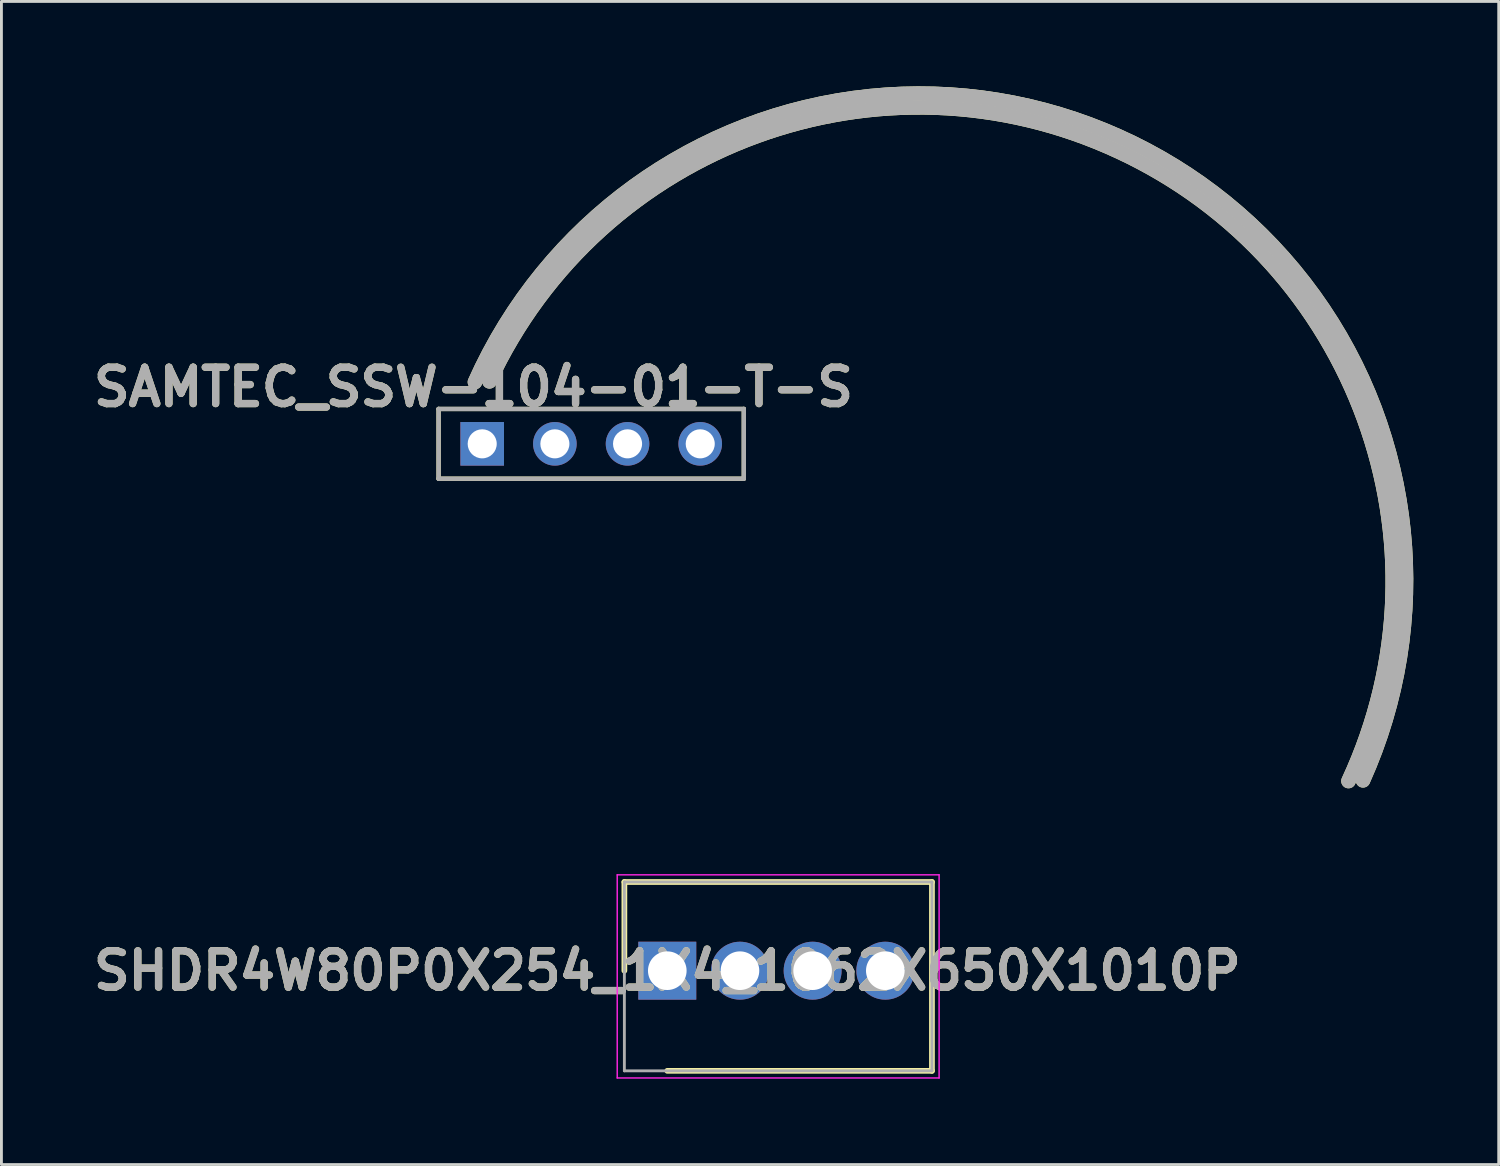
<source format=kicad_pcb>
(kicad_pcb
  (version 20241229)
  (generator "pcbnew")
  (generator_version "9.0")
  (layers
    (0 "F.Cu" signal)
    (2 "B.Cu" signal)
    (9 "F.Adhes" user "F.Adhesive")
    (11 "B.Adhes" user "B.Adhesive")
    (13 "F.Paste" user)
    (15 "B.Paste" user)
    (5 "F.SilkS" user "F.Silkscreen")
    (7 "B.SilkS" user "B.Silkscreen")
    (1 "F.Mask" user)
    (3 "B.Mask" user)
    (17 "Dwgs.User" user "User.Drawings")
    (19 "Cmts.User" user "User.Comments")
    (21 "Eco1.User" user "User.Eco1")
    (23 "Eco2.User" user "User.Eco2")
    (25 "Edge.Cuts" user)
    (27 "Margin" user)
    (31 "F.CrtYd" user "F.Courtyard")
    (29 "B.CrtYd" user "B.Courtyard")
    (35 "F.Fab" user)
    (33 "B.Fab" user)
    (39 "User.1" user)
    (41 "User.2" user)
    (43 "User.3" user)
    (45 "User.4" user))
  (footprint "SHDR4W80P0X254_1X4_1062X650X1010P"
    (layer "F.Cu")
    (at 20.272 30.876)
    (property "Reference" "SHDR4W80P0X254_1X4_1062X650X1010P" (at 0 0 0) (layer "F.SilkS") (effects (font (size 1.27 1.27) (thickness 0.254))))
    (attr through_hole)
    (fp_line (start -1.5 -3.1) (end -1.5 0) (stroke (width 0.2) (type solid)) (layer "F.SilkS"))
    (fp_line (start 0 3.5) (end 9.25 3.5) (stroke (width 0.2) (type solid)) (layer "F.SilkS"))
    (fp_line (start 9.25 -3.1) (end -1.5 -3.1) (stroke (width 0.2) (type solid)) (layer "F.SilkS"))
    (fp_line (start 9.25 3.5) (end 9.25 -3.1) (stroke (width 0.2) (type solid)) (layer "F.SilkS"))
    (fp_line (start -1.75 -3.35) (end 9.5 -3.35) (stroke (width 0.05) (type solid)) (layer "F.CrtYd"))
    (fp_line (start -1.75 3.75) (end -1.75 -3.35) (stroke (width 0.05) (type solid)) (layer "F.CrtYd"))
    (fp_line (start 9.5 -3.35) (end 9.5 3.75) (stroke (width 0.05) (type solid)) (layer "F.CrtYd"))
    (fp_line (start 9.5 3.75) (end -1.75 3.75) (stroke (width 0.05) (type solid)) (layer "F.CrtYd"))
    (fp_line (start -1.5 -3.1) (end 9.25 -3.1) (stroke (width 0.1) (type solid)) (layer "F.Fab"))
    (fp_line (start -1.5 3.5) (end -1.5 -3.1) (stroke (width 0.1) (type solid)) (layer "F.Fab"))
    (fp_line (start 9.25 -3.1) (end 9.25 3.5) (stroke (width 0.1) (type solid)) (layer "F.Fab"))
    (fp_line (start 9.25 3.5) (end -1.5 3.5) (stroke (width 0.1) (type solid)) (layer "F.Fab"))
    (fp_text user "${REFERENCE}" (at 0 0 0) (layer "F.Fab") (effects (font (size 1.27 1.27) (thickness 0.254))))
    (pad "1" thru_hole rect (at 0 0) (size 2.025 2.025) (drill 1.35) (layers "*.Cu" "*.Mask"))
    (pad "2" thru_hole circle (at 2.54 0) (size 2.025 2.025) (drill 1.35) (layers "*.Cu" "*.Mask"))
    (pad "3" thru_hole circle (at 5.08 0) (size 2.025 2.025) (drill 1.35) (layers "*.Cu" "*.Mask"))
    (pad "4" thru_hole circle (at 7.62 0) (size 2.025 2.025) (drill 1.35) (layers "*.Cu" "*.Mask")))
  (footprint "SAMTEC_SSW-104-01-T-S"
    (layer "F.Cu")
    (at 21.423 12.462)
    (property "Reference" "SAMTEC_SSW-104-01-T-S" (at -7.925 -1.981 0) (layer "F.SilkS") (effects (font (size 1.27 1.27) (thickness 0.254))))
    (attr through_hole)
    (fp_line (start -9.144 -1.219) (end -9.144 1.219) (stroke (width 0.152) (type solid)) (layer "F.SilkS"))
    (fp_line (start -9.144 1.219) (end 1.524 1.219) (stroke (width 0.152) (type solid)) (layer "F.SilkS"))
    (fp_line (start 1.524 -1.219) (end -9.144 -1.219) (stroke (width 0.152) (type solid)) (layer "F.SilkS"))
    (fp_line (start 1.524 1.219) (end 1.524 -1.219) (stroke (width 0.152) (type solid)) (layer "F.SilkS"))
    (fp_arc (start -7.874 -2.159) (mid 14.605 -10.7188) (end 23.1648 11.7602) (stroke (width 0.508) (type solid)) (layer "F.SilkS"))
    (fp_arc (start -7.366 -2.1844) (mid 14.6304 -10.2108) (end 22.6568 11.7856) (stroke (width 0.508) (type solid)) (layer "F.SilkS"))
    (fp_line (start -9.144 -1.219) (end -9.144 1.219) (stroke (width 0.152) (type solid)) (layer "F.Fab"))
    (fp_line (start -9.144 1.219) (end 1.524 1.219) (stroke (width 0.152) (type solid)) (layer "F.Fab"))
    (fp_line (start 1.524 -1.219) (end -9.144 -1.219) (stroke (width 0.152) (type solid)) (layer "F.Fab"))
    (fp_line (start 1.524 1.219) (end 1.524 -1.219) (stroke (width 0.152) (type solid)) (layer "F.Fab"))
    (fp_arc (start -7.874 -2.159) (mid 14.605 -10.7188) (end 23.1648 11.7602) (stroke (width 0.508) (type solid)) (layer "F.Fab"))
    (fp_arc (start -7.366 -2.1844) (mid 14.6304 -10.2108) (end 22.6568 11.7856) (stroke (width 0.508) (type solid)) (layer "F.Fab"))
    (fp_text user "${REFERENCE}" (at -7.925 -1.981 0) (layer "F.Fab") (effects (font (size 1.27 1.27) (thickness 0.254))))
    (pad "1" thru_hole rect (at -7.62 0) (size 1.524 1.524) (drill 1.016) (layers "*.Cu" "*.Mask"))
    (pad "2" thru_hole circle (at -5.08 0) (size 1.524 1.524) (drill 1.016) (layers "*.Cu" "*.Mask"))
    (pad "3" thru_hole circle (at -2.54 0) (size 1.524 1.524) (drill 1.016) (layers "*.Cu" "*.Mask"))
    (pad "4" thru_hole circle (at 0 0) (size 1.524 1.524) (drill 1.016) (layers "*.Cu" "*.Mask")))
  (gr_rect
    (start -3 -3)
    (end 49.331 37.651)
    (stroke (width 0.1) (type default))
    (fill no)
    (layer "Edge.Cuts")))
</source>
